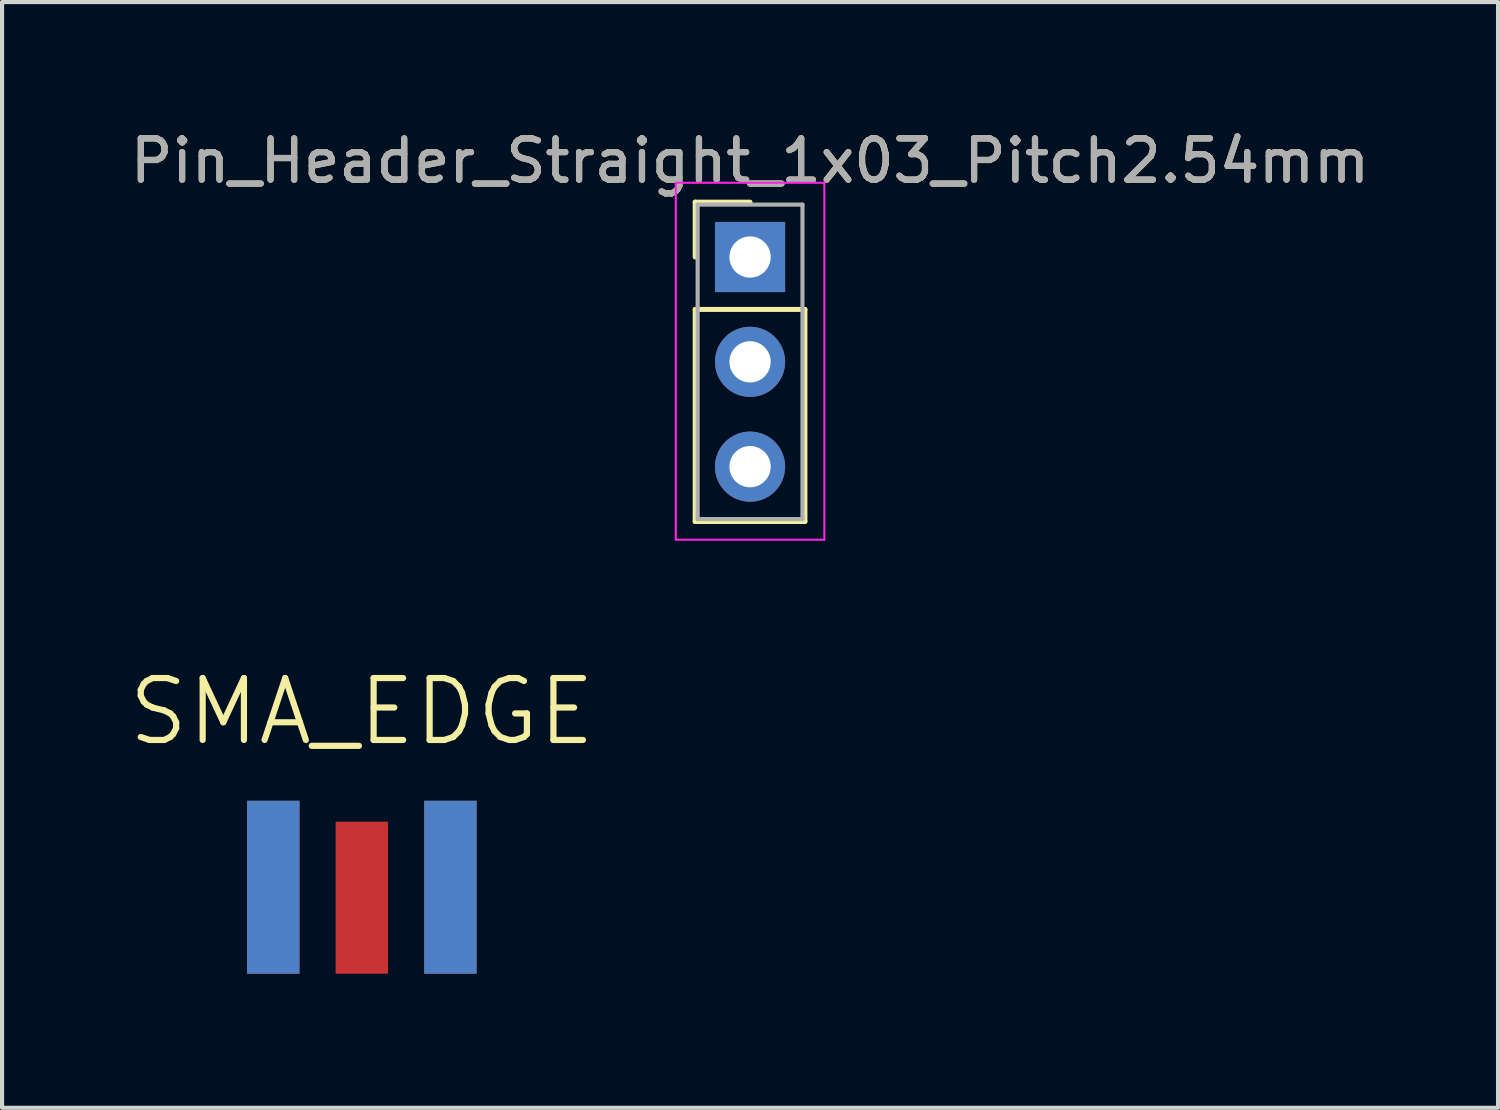
<source format=kicad_pcb>
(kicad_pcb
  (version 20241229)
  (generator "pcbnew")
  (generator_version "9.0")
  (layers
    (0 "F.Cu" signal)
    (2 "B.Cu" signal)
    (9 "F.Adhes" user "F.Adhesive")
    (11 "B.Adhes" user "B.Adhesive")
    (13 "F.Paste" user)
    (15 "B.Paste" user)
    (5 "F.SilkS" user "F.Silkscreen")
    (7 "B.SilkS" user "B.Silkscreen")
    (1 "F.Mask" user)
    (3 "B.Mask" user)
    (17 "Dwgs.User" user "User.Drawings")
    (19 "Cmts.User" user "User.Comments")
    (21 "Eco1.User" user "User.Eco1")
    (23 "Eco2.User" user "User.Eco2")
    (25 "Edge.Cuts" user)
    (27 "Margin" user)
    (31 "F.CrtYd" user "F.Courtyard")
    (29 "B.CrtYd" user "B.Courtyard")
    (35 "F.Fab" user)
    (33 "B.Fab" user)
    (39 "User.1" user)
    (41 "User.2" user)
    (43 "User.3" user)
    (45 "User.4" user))
  (footprint "Pin_Header_Straight_1x03_Pitch2.54mm"
    (layer "F.Cu")
    (at 15.125 3.178)
    (property "Reference" "Pin_Header_Straight_1x03_Pitch2.54mm" (at 0 -2.33 0) (layer "F.SilkS") (effects (font (size 1 1) (thickness 0.15))))
    (attr through_hole)
    (fp_line (start -1.33 -1.33) (end 0 -1.33) (stroke (width 0.12) (type solid)) (layer "F.SilkS"))
    (fp_line (start -1.33 0) (end -1.33 -1.33) (stroke (width 0.12) (type solid)) (layer "F.SilkS"))
    (fp_line (start -1.33 1.27) (end -1.33 6.41) (stroke (width 0.12) (type solid)) (layer "F.SilkS"))
    (fp_line (start -1.33 6.41) (end 1.33 6.41) (stroke (width 0.12) (type solid)) (layer "F.SilkS"))
    (fp_line (start 1.33 1.27) (end -1.33 1.27) (stroke (width 0.12) (type solid)) (layer "F.SilkS"))
    (fp_line (start 1.33 6.41) (end 1.33 1.27) (stroke (width 0.12) (type solid)) (layer "F.SilkS"))
    (fp_line (start -1.8 -1.8) (end -1.8 6.85) (stroke (width 0.05) (type solid)) (layer "F.CrtYd"))
    (fp_line (start -1.8 6.85) (end 1.8 6.85) (stroke (width 0.05) (type solid)) (layer "F.CrtYd"))
    (fp_line (start 1.8 -1.8) (end -1.8 -1.8) (stroke (width 0.05) (type solid)) (layer "F.CrtYd"))
    (fp_line (start 1.8 6.85) (end 1.8 -1.8) (stroke (width 0.05) (type solid)) (layer "F.CrtYd"))
    (fp_line (start -1.27 -1.27) (end -1.27 6.35) (stroke (width 0.1) (type solid)) (layer "F.Fab"))
    (fp_line (start -1.27 6.35) (end 1.27 6.35) (stroke (width 0.1) (type solid)) (layer "F.Fab"))
    (fp_line (start 1.27 -1.27) (end -1.27 -1.27) (stroke (width 0.1) (type solid)) (layer "F.Fab"))
    (fp_line (start 1.27 6.35) (end 1.27 -1.27) (stroke (width 0.1) (type solid)) (layer "F.Fab"))
    (fp_text user "${REFERENCE}" (at 0 -2.33 0) (layer "F.Fab") (effects (font (size 1 1) (thickness 0.15))))
    (pad "1" thru_hole rect (at 0 0) (size 1.7 1.7) (drill 1) (layers "*.Cu" "*.Mask"))
    (pad "2" thru_hole oval (at 0 2.54) (size 1.7 1.7) (drill 1) (layers "*.Cu" "*.Mask"))
    (pad "3" thru_hole oval (at 0 5.08) (size 1.7 1.7) (drill 1) (layers "*.Cu" "*.Mask")))
  (footprint "SMA_EDGE"
    (layer "F.Cu")
    (at 5.718 20.544)
    (property "Reference" "SMA_EDGE" (at 0 -6.35 0) (layer "F.SilkS") (effects (font (size 1.5 1.5) (thickness 0.15))))
    (attr through_hole)
    (pad "1" smd rect (at 0 -1.841) (size 1.27 3.683) (layers "F.Cu" "F.Mask" "F.Paste"))
    (pad "2" smd rect (at -2.146 -2.095) (size 1.27 4.191) (layers "F.Cu" "F.Mask" "F.Paste"))
    (pad "2" smd rect (at -2.146 -2.095) (size 1.27 4.191) (layers "F.Mask" "B.Cu" "F.Paste"))
    (pad "2" smd rect (at 2.146 -2.095) (size 1.27 4.191) (layers "F.Cu" "F.Mask" "F.Paste"))
    (pad "2" smd rect (at 2.146 -2.095) (size 1.27 4.191) (layers "F.Mask" "B.Cu" "F.Paste")))
  (gr_rect
    (start -3 -3)
    (end 33.25 23.794)
    (stroke (width 0.1) (type default))
    (fill no)
    (layer "Edge.Cuts")))
</source>
